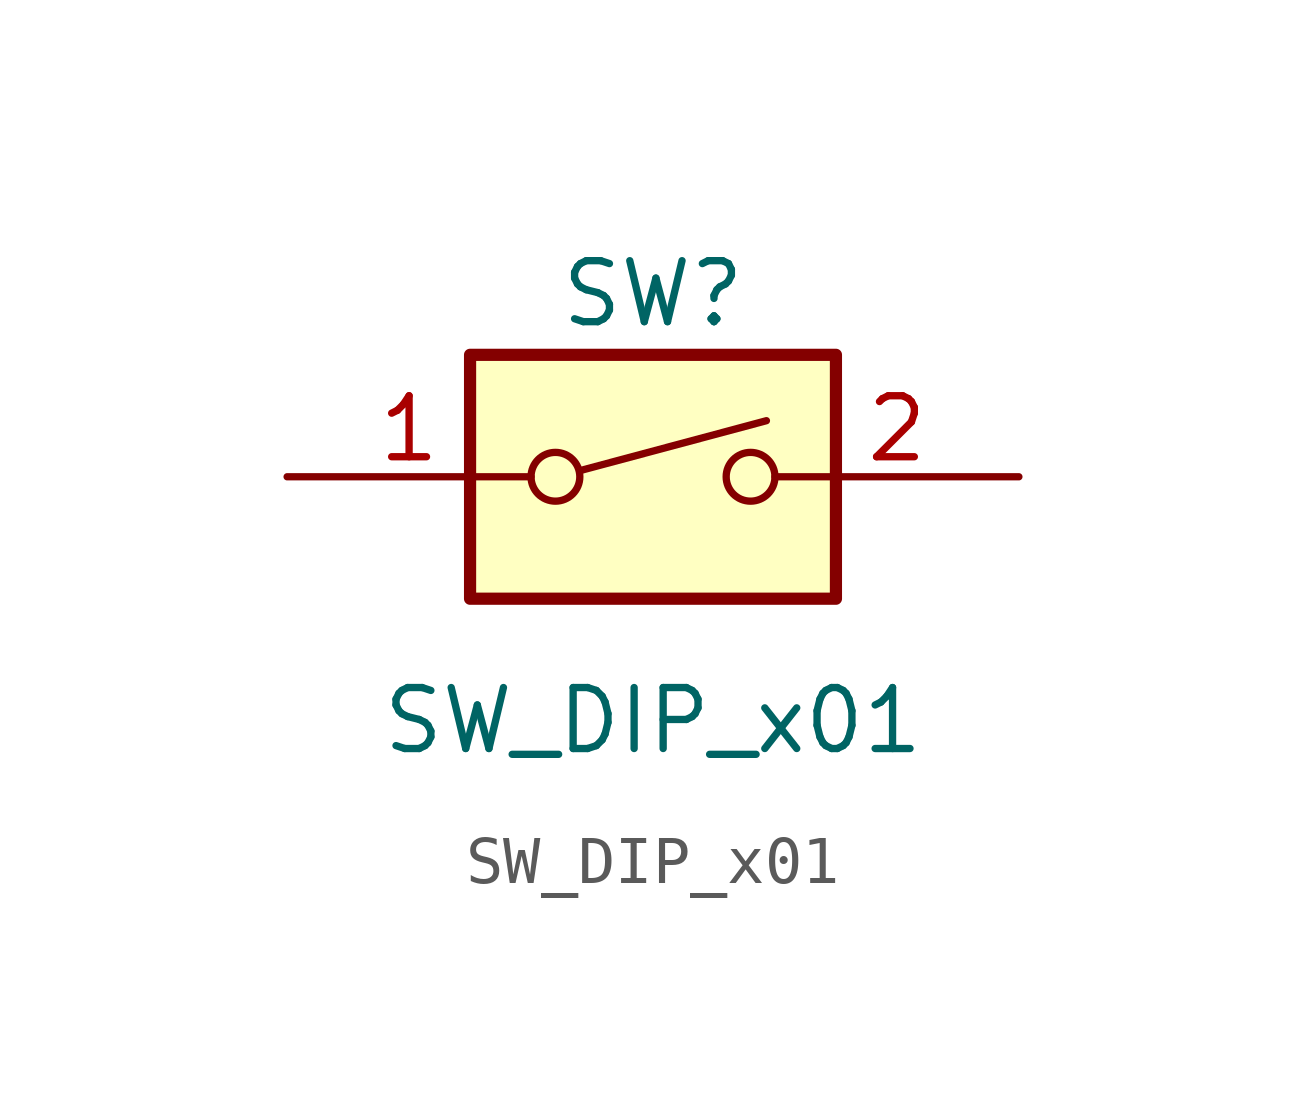
<source format=kicad_sym>
(kicad_symbol_lib
  (version 20220914)
  (generator kicad_symbol_editor)
  (symbol "SW_DIP_x01"
    (pin_names
      (offset 0) hide)
    (property "Reference" "SW"
      (at 0 6.35 0)
      (effects (font (size 1.27 1.27))))
    (property "Value" "SW_DIP_x01"
      (at 0 -2.54 0)
      (effects (font (size 1.27 1.27))))
    (symbol "SW_DIP_x01_0_0"
      (circle (center -2.032 2.54) (radius 0.508) (stroke (width 0) (type default)) (fill (type none)))
      (polyline (pts (xy -1.524 2.667) (xy 2.362 3.708)) (stroke (width 0) (type default)) (fill (type none)))
      (circle (center 2.032 2.54) (radius 0.508) (stroke (width 0) (type default)) (fill (type none))))
    (symbol "SW_DIP_x01_0_1"
      (rectangle (start -3.81 5.08) (end 3.81 0) (stroke (width 0.254) (type default)) (fill (type background))))
    (symbol "SW_DIP_x01_1_1"
      (pin passive line (at -7.62 2.54 0) (length 5.08) (name "~" (effects (font (size 1.27 1.27)))) (number "1" (effects (font (size 1.27 1.27)))))
      (pin passive line (at 7.62 2.54 180) (length 5.08) (name "~" (effects (font (size 1.27 1.27)))) (number "2" (effects (font (size 1.27 1.27))))))))
</source>
